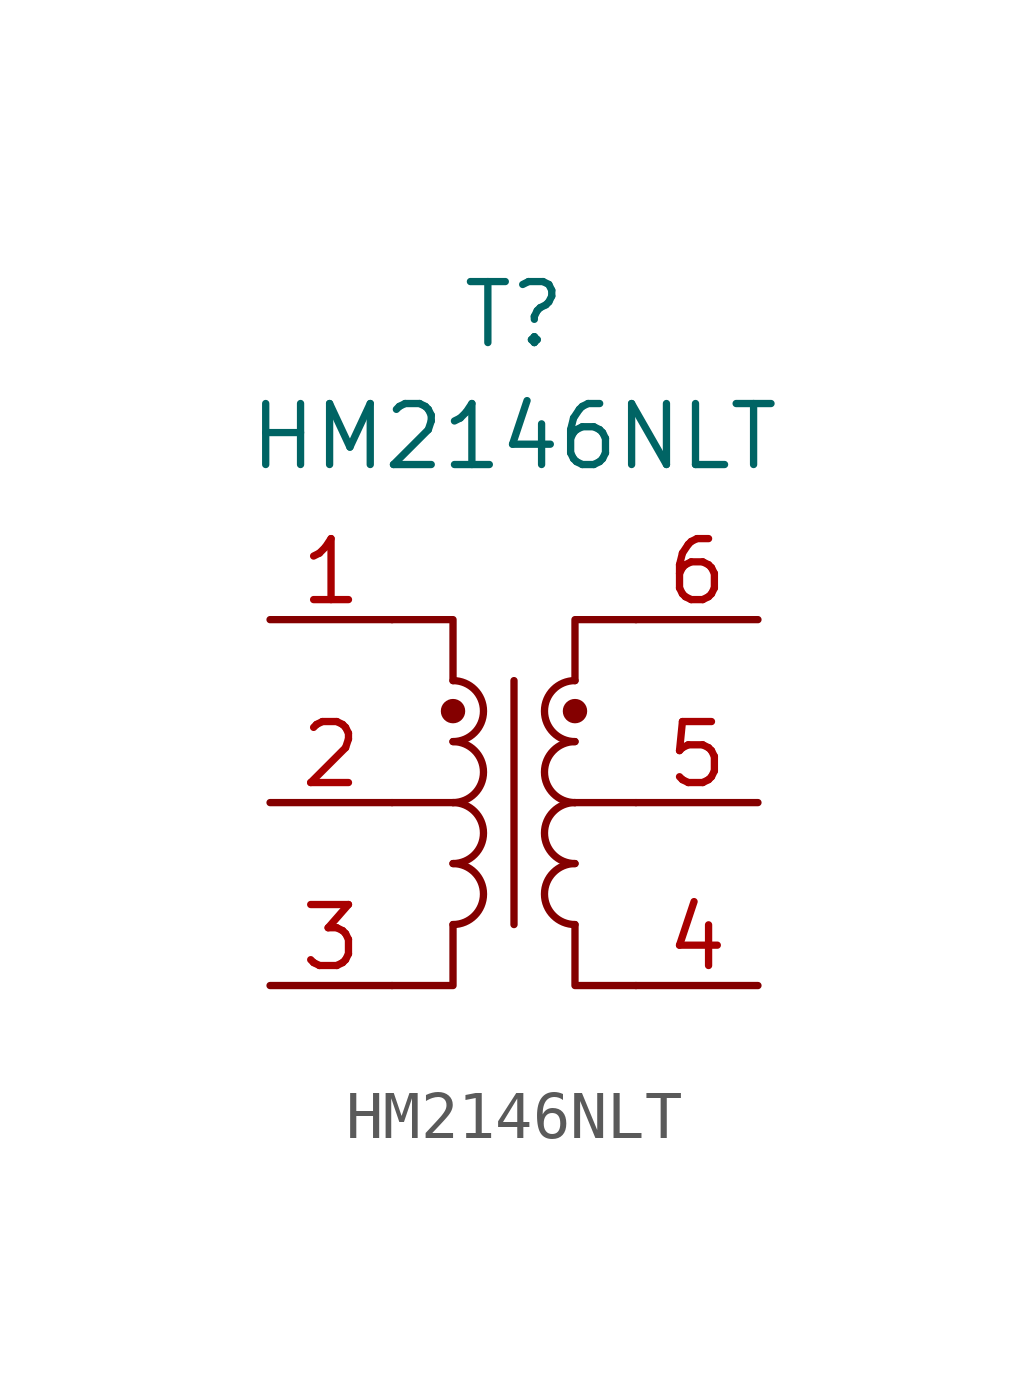
<source format=kicad_sym>
(kicad_symbol_lib
  (version 20220914)
  (generator kicad_symbol_editor)
  (symbol "HM2146NLT"
    (property "Reference" "T"
      (at 0 10.16 0)
      (effects (font (size 1.27 1.27))))
    (property "Value" "HM2146NLT"
      (at 0 7.62 0)
      (effects (font (size 1.27 1.27))))
    (symbol "HM2146NLT_0_1"
      (arc (start -1.27 0) (mid -0.6377 0.635) (end -1.27 1.27) (stroke (width 0) (type solid)) (fill (type none)))
      (arc (start -1.27 1.27) (mid -0.6377 1.905) (end -1.27 2.54) (stroke (width 0) (type solid)) (fill (type none)))
      (circle (center -1.27 1.905) (radius 0.178) (stroke (width 0) (type solid)) (fill (type outline)))
      (polyline (pts (xy -1.27 0) (xy -2.54 0)) (stroke (width 0) (type solid)) (fill (type none)))
      (polyline (pts (xy 0 2.54) (xy 0 -2.54)) (stroke (width 0) (type solid)) (fill (type none)))
      (polyline (pts (xy 2.54 0) (xy 1.27 0)) (stroke (width 0) (type solid)) (fill (type none)))
      (polyline (pts (xy -1.27 -2.54) (xy -1.27 -3.81) (xy -2.54 -3.81)) (stroke (width 0) (type solid)) (fill (type none)))
      (polyline (pts (xy -1.27 2.54) (xy -1.27 3.81) (xy -2.54 3.81)) (stroke (width 0) (type solid)) (fill (type none)))
      (polyline (pts (xy 1.27 -2.54) (xy 1.27 -3.81) (xy 2.54 -3.81)) (stroke (width 0) (type solid)) (fill (type none)))
      (polyline (pts (xy 1.27 2.54) (xy 1.27 3.81) (xy 2.54 3.81)) (stroke (width 0) (type solid)) (fill (type none)))
      (circle (center 1.27 1.905) (radius 0.178) (stroke (width 0) (type solid)) (fill (type outline))))
    (symbol "HM2146NLT_1_1"
      (arc (start -1.27 -2.54) (mid -0.6377 -1.905) (end -1.27 -1.27) (stroke (width 0) (type solid)) (fill (type none)))
      (arc (start -1.27 -1.27) (mid -0.6377 -0.635) (end -1.27 0) (stroke (width 0) (type solid)) (fill (type none)))
      (arc (start 1.27 -1.27) (mid 0.6377 -1.905) (end 1.27 -2.54) (stroke (width 0) (type solid)) (fill (type none)))
      (arc (start 1.27 0) (mid 0.6377 -0.635) (end 1.27 -1.27) (stroke (width 0) (type solid)) (fill (type none)))
      (arc (start 1.27 1.27) (mid 0.6377 0.635) (end 1.27 0) (stroke (width 0) (type solid)) (fill (type none)))
      (arc (start 1.27 2.54) (mid 0.6377 1.905) (end 1.27 1.27) (stroke (width 0) (type solid)) (fill (type none)))
      (pin input line (at -5.08 3.81 0) (length 2.54) (name "~" (effects (font (size 1.27 1.27)))) (number "1" (effects (font (size 1.27 1.27)))))
      (pin input line (at -5.08 0 0) (length 2.54) (name "~" (effects (font (size 1.27 1.27)))) (number "2" (effects (font (size 1.27 1.27)))))
      (pin input line (at -5.08 -3.81 0) (length 2.54) (name "~" (effects (font (size 1.27 1.27)))) (number "3" (effects (font (size 1.27 1.27)))))
      (pin input line (at 5.08 -3.81 180) (length 2.54) (name "~" (effects (font (size 1.27 1.27)))) (number "4" (effects (font (size 1.27 1.27)))))
      (pin input line (at 5.08 0 180) (length 2.54) (name "~" (effects (font (size 1.27 1.27)))) (number "5" (effects (font (size 1.27 1.27)))))
      (pin input line (at 5.08 3.81 180) (length 2.54) (name "~" (effects (font (size 1.27 1.27)))) (number "6" (effects (font (size 1.27 1.27))))))))
</source>
